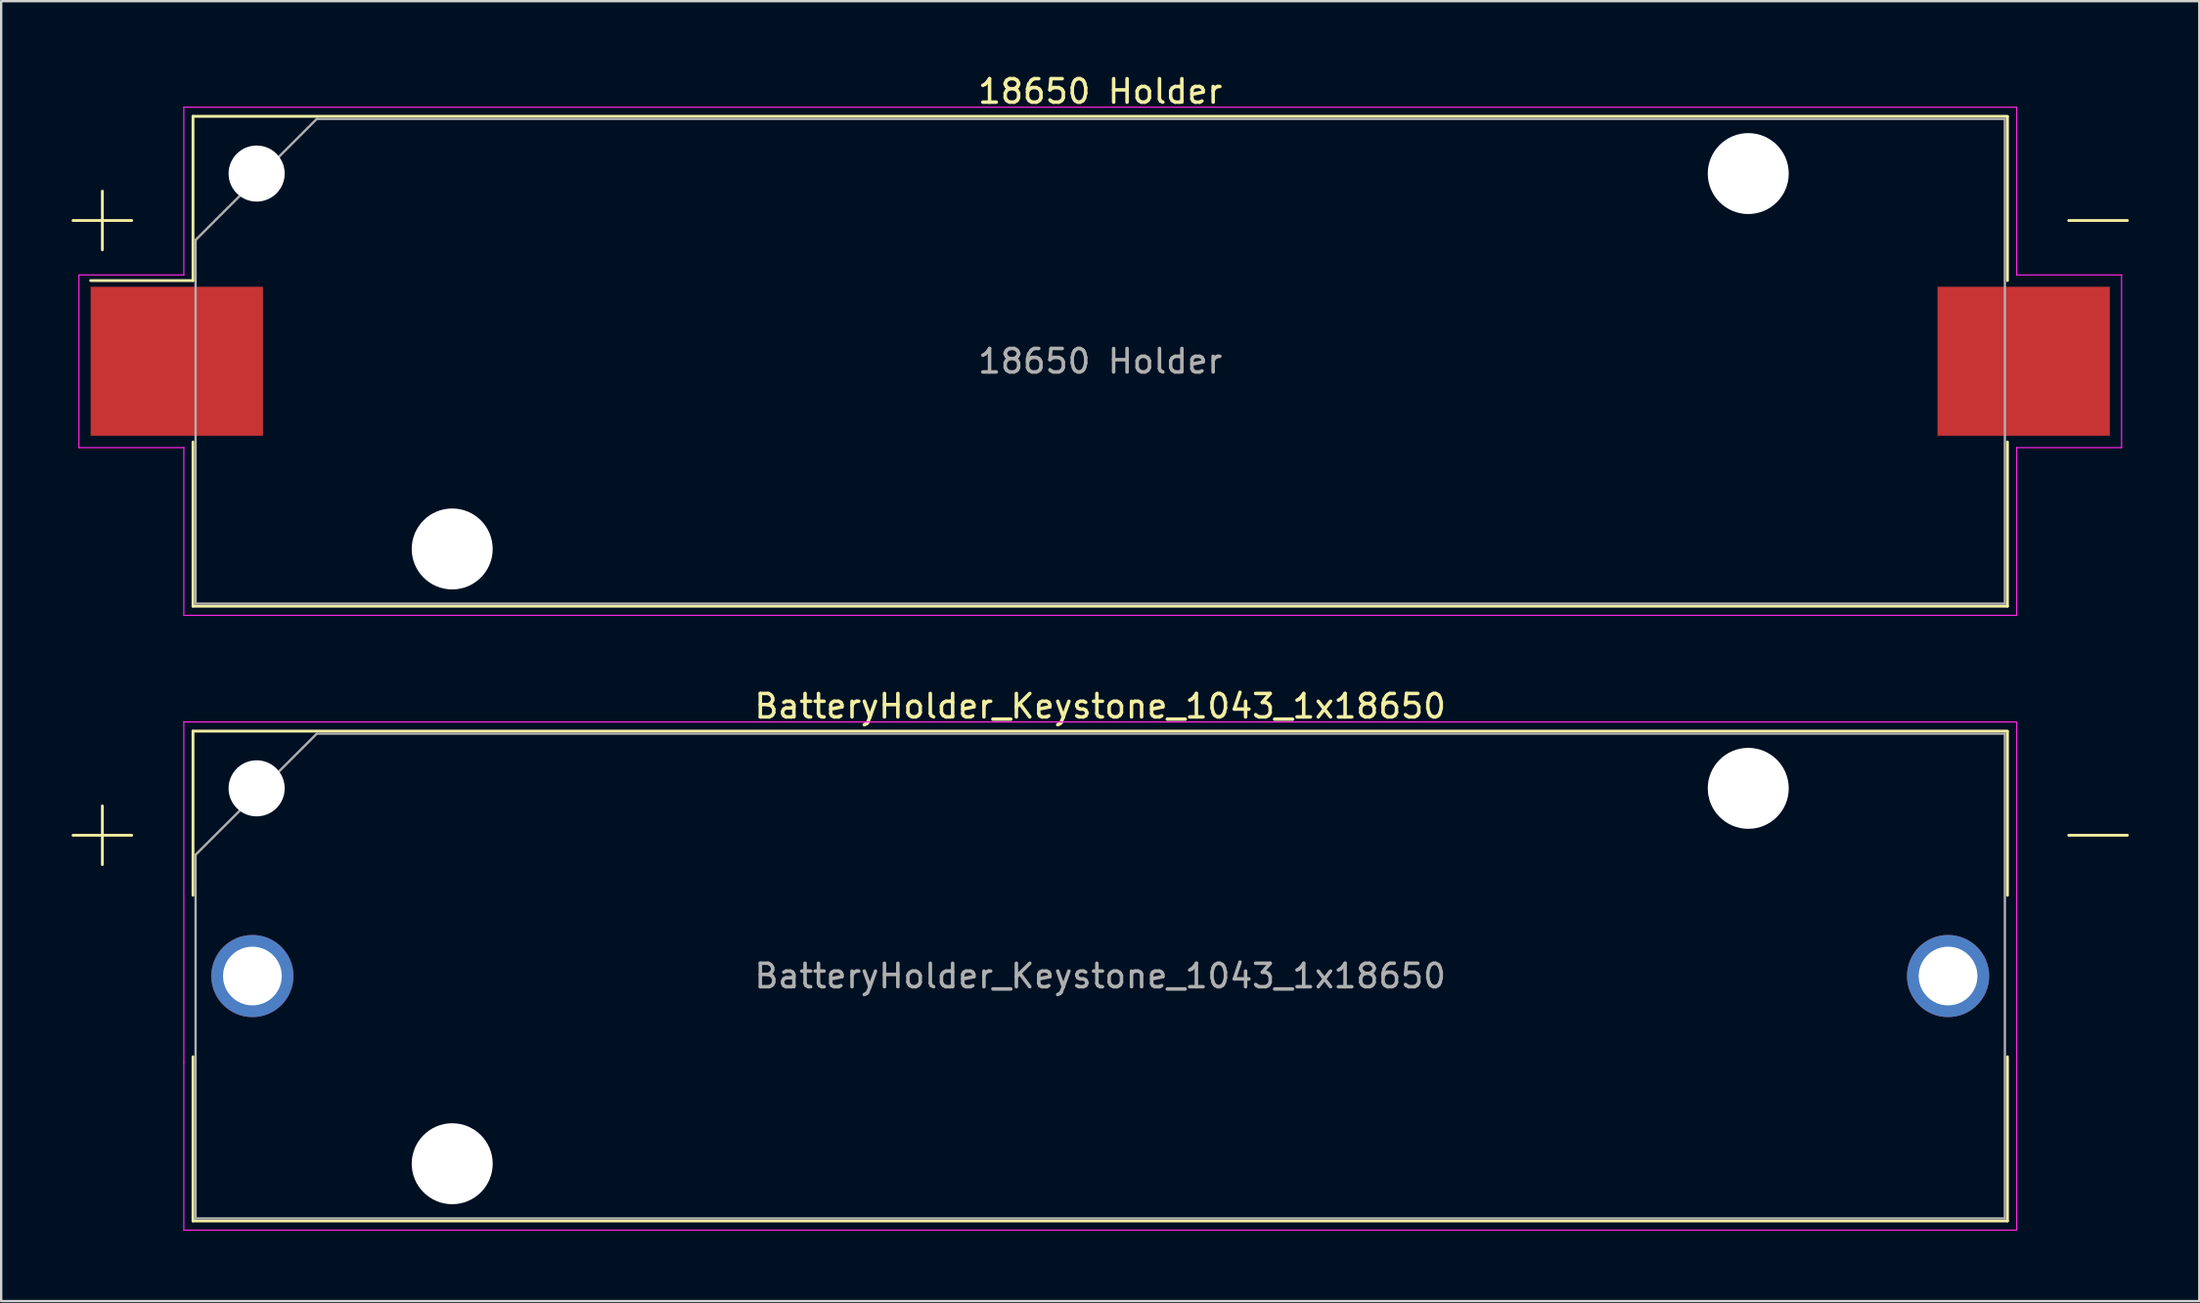
<source format=kicad_pcb>
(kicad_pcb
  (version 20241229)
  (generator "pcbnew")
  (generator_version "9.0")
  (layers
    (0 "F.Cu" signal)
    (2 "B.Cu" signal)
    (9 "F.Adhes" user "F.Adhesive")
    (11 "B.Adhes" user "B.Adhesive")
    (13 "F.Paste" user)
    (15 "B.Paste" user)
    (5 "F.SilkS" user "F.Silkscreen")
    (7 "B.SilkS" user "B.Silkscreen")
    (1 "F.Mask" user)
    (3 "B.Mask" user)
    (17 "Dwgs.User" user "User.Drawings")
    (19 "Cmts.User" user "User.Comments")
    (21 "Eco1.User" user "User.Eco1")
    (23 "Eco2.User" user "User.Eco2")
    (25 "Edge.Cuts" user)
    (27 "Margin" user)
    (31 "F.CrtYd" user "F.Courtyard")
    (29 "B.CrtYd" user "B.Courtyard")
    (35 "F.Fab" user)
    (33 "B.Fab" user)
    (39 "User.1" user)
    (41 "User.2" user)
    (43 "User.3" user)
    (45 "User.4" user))
  (footprint "18650 Holder"
    (layer "F.Cu")
    (at 43.81 12.348)
    (property "Reference" "18650 Holder" (at 0 -11.5 0) (layer "F.SilkS") (effects (font (size 1 1) (thickness 0.15))))
    (attr smd)
    (fp_line (start -43.75 -6) (end -41.25 -6) (stroke (width 0.12) (type solid)) (layer "F.SilkS"))
    (fp_line (start -42.5 -4.75) (end -42.5 -7.25) (stroke (width 0.12) (type solid)) (layer "F.SilkS"))
    (fp_line (start -38.64 -10.44) (end -38.64 -3.44) (stroke (width 0.12) (type solid)) (layer "F.SilkS"))
    (fp_line (start -38.64 -3.44) (end -43 -3.44) (stroke (width 0.12) (type solid)) (layer "F.SilkS"))
    (fp_line (start -38.64 10.44) (end -38.64 3.44) (stroke (width 0.12) (type solid)) (layer "F.SilkS"))
    (fp_line (start 38.64 -10.44) (end -38.64 -10.44) (stroke (width 0.12) (type solid)) (layer "F.SilkS"))
    (fp_line (start 38.64 -3.44) (end 38.64 -10.42) (stroke (width 0.12) (type solid)) (layer "F.SilkS"))
    (fp_line (start 38.64 3.44) (end 38.64 10.44) (stroke (width 0.12) (type solid)) (layer "F.SilkS"))
    (fp_line (start 38.64 10.44) (end -38.64 10.44) (stroke (width 0.12) (type solid)) (layer "F.SilkS"))
    (fp_line (start 43.75 -6) (end 41.25 -6) (stroke (width 0.12) (type solid)) (layer "F.SilkS"))
    (fp_line (start -43.5 -3.68) (end -39.03 -3.68) (stroke (width 0.05) (type solid)) (layer "F.CrtYd"))
    (fp_line (start -43.5 3.68) (end -43.5 -3.68) (stroke (width 0.05) (type solid)) (layer "F.CrtYd"))
    (fp_line (start -39.03 -10.83) (end -39.03 -3.68) (stroke (width 0.05) (type solid)) (layer "F.CrtYd"))
    (fp_line (start -39.03 -10.83) (end 39.03 -10.83) (stroke (width 0.05) (type solid)) (layer "F.CrtYd"))
    (fp_line (start -39.03 3.68) (end -43.5 3.68) (stroke (width 0.05) (type solid)) (layer "F.CrtYd"))
    (fp_line (start -39.03 10.83) (end -39.03 3.68) (stroke (width 0.05) (type solid)) (layer "F.CrtYd"))
    (fp_line (start -39.03 10.83) (end 39.03 10.83) (stroke (width 0.05) (type solid)) (layer "F.CrtYd"))
    (fp_line (start 39.03 -10.83) (end 39.03 -3.68) (stroke (width 0.05) (type solid)) (layer "F.CrtYd"))
    (fp_line (start 39.03 3.68) (end 43.5 3.68) (stroke (width 0.05) (type solid)) (layer "F.CrtYd"))
    (fp_line (start 39.03 10.83) (end 39.03 3.68) (stroke (width 0.05) (type solid)) (layer "F.CrtYd"))
    (fp_line (start 43.5 -3.68) (end 39.03 -3.68) (stroke (width 0.05) (type solid)) (layer "F.CrtYd"))
    (fp_line (start 43.5 3.68) (end 43.5 -3.68) (stroke (width 0.05) (type solid)) (layer "F.CrtYd"))
    (fp_line (start -38.53 -5.168) (end -38.53 10.33) (stroke (width 0.1) (type solid)) (layer "F.Fab"))
    (fp_line (start -38.53 10.33) (end 38.53 10.33) (stroke (width 0.1) (type solid)) (layer "F.Fab"))
    (fp_line (start -33.367 -10.33) (end -38.53 -5.168) (stroke (width 0.1) (type solid)) (layer "F.Fab"))
    (fp_line (start -33.367 -10.33) (end 38.53 -10.33) (stroke (width 0.1) (type solid)) (layer "F.Fab"))
    (fp_line (start 38.53 -10.33) (end 38.53 10.33) (stroke (width 0.1) (type solid)) (layer "F.Fab"))
    (fp_text user "${REFERENCE}" (at 0 0 0) (layer "F.Fab") (effects (font (size 1 1) (thickness 0.15))))
    (pad "" np_thru_hole circle (at -35.93 -8) (size 2.39 2.39) (drill 2.39) (layers "*.Cu" "*.Mask"))
    (pad "" np_thru_hole circle (at -27.6 8) (size 3.45 3.45) (drill 3.45) (layers "*.Cu" "*.Mask"))
    (pad "" np_thru_hole circle (at 27.6 -8) (size 3.45 3.45) (drill 3.45) (layers "*.Cu" "*.Mask"))
    (pad "1" smd rect (at -39.33 0) (size 7.34 6.35) (layers "F.Cu" "F.Mask" "F.Paste"))
    (pad "2" smd rect (at 39.33 0) (size 7.34 6.35) (layers "F.Cu" "F.Mask" "F.Paste")))
  (footprint "BatteryHolder_Keystone_1043_1x18650"
    (layer "F.Cu")
    (at 43.81 38.551)
    (property "Reference" "BatteryHolder_Keystone_1043_1x18650" (at 0 -11.5 0) (layer "F.SilkS") (effects (font (size 1 1) (thickness 0.15))))
    (attr smd)
    (fp_line (start -43.75 -6) (end -41.25 -6) (stroke (width 0.12) (type solid)) (layer "F.SilkS"))
    (fp_line (start -42.5 -4.75) (end -42.5 -7.25) (stroke (width 0.12) (type solid)) (layer "F.SilkS"))
    (fp_line (start -38.64 -10.44) (end -38.64 -3.44) (stroke (width 0.12) (type solid)) (layer "F.SilkS"))
    (fp_line (start -38.64 10.44) (end -38.64 3.44) (stroke (width 0.12) (type solid)) (layer "F.SilkS"))
    (fp_line (start 38.64 -10.44) (end -38.64 -10.44) (stroke (width 0.12) (type solid)) (layer "F.SilkS"))
    (fp_line (start 38.64 -3.44) (end 38.64 -10.42) (stroke (width 0.12) (type solid)) (layer "F.SilkS"))
    (fp_line (start 38.64 3.44) (end 38.64 10.44) (stroke (width 0.12) (type solid)) (layer "F.SilkS"))
    (fp_line (start 38.64 10.44) (end -38.64 10.44) (stroke (width 0.12) (type solid)) (layer "F.SilkS"))
    (fp_line (start 43.75 -6) (end 41.25 -6) (stroke (width 0.12) (type solid)) (layer "F.SilkS"))
    (fp_line (start -39.03 -10.83) (end -39.03 3.68) (stroke (width 0.05) (type solid)) (layer "F.CrtYd"))
    (fp_line (start -39.03 -10.83) (end 39.03 -10.83) (stroke (width 0.05) (type solid)) (layer "F.CrtYd"))
    (fp_line (start -39.03 10.83) (end -39.03 3.68) (stroke (width 0.05) (type solid)) (layer "F.CrtYd"))
    (fp_line (start -39.03 10.83) (end 39.03 10.83) (stroke (width 0.05) (type solid)) (layer "F.CrtYd"))
    (fp_line (start 39.03 -10.83) (end 39.03 3.68) (stroke (width 0.05) (type solid)) (layer "F.CrtYd"))
    (fp_line (start 39.03 10.83) (end 39.03 3.68) (stroke (width 0.05) (type solid)) (layer "F.CrtYd"))
    (fp_line (start -38.53 -5.168) (end -38.53 10.33) (stroke (width 0.1) (type solid)) (layer "F.Fab"))
    (fp_line (start -38.53 10.33) (end 38.53 10.33) (stroke (width 0.1) (type solid)) (layer "F.Fab"))
    (fp_line (start -33.367 -10.33) (end -38.53 -5.168) (stroke (width 0.1) (type solid)) (layer "F.Fab"))
    (fp_line (start -33.367 -10.33) (end 38.53 -10.33) (stroke (width 0.1) (type solid)) (layer "F.Fab"))
    (fp_line (start 38.53 -10.33) (end 38.53 10.33) (stroke (width 0.1) (type solid)) (layer "F.Fab"))
    (fp_text user "${REFERENCE}" (at 0 0 0) (layer "F.Fab") (effects (font (size 1 1) (thickness 0.15))))
    (pad "" np_thru_hole circle (at -35.93 -8) (size 2.39 2.39) (drill 2.39) (layers "*.Cu" "*.Mask"))
    (pad "" np_thru_hole circle (at -27.6 8) (size 3.45 3.45) (drill 3.45) (layers "*.Cu" "*.Mask"))
    (pad "" np_thru_hole circle (at 27.6 -8) (size 3.45 3.45) (drill 3.45) (layers "*.Cu" "*.Mask"))
    (pad "1" thru_hole circle (at -36.11 0) (size 3.5 3.5) (drill 2.5) (layers "*.Cu" "*.Mask"))
    (pad "2" thru_hole circle (at 36.11 0) (size 3.5 3.5) (drill 2.5) (layers "*.Cu" "*.Mask")))
  (gr_rect
    (start -3 -3)
    (end 90.62 52.407)
    (stroke (width 0.1) (type default))
    (fill no)
    (layer "Edge.Cuts")))
</source>
